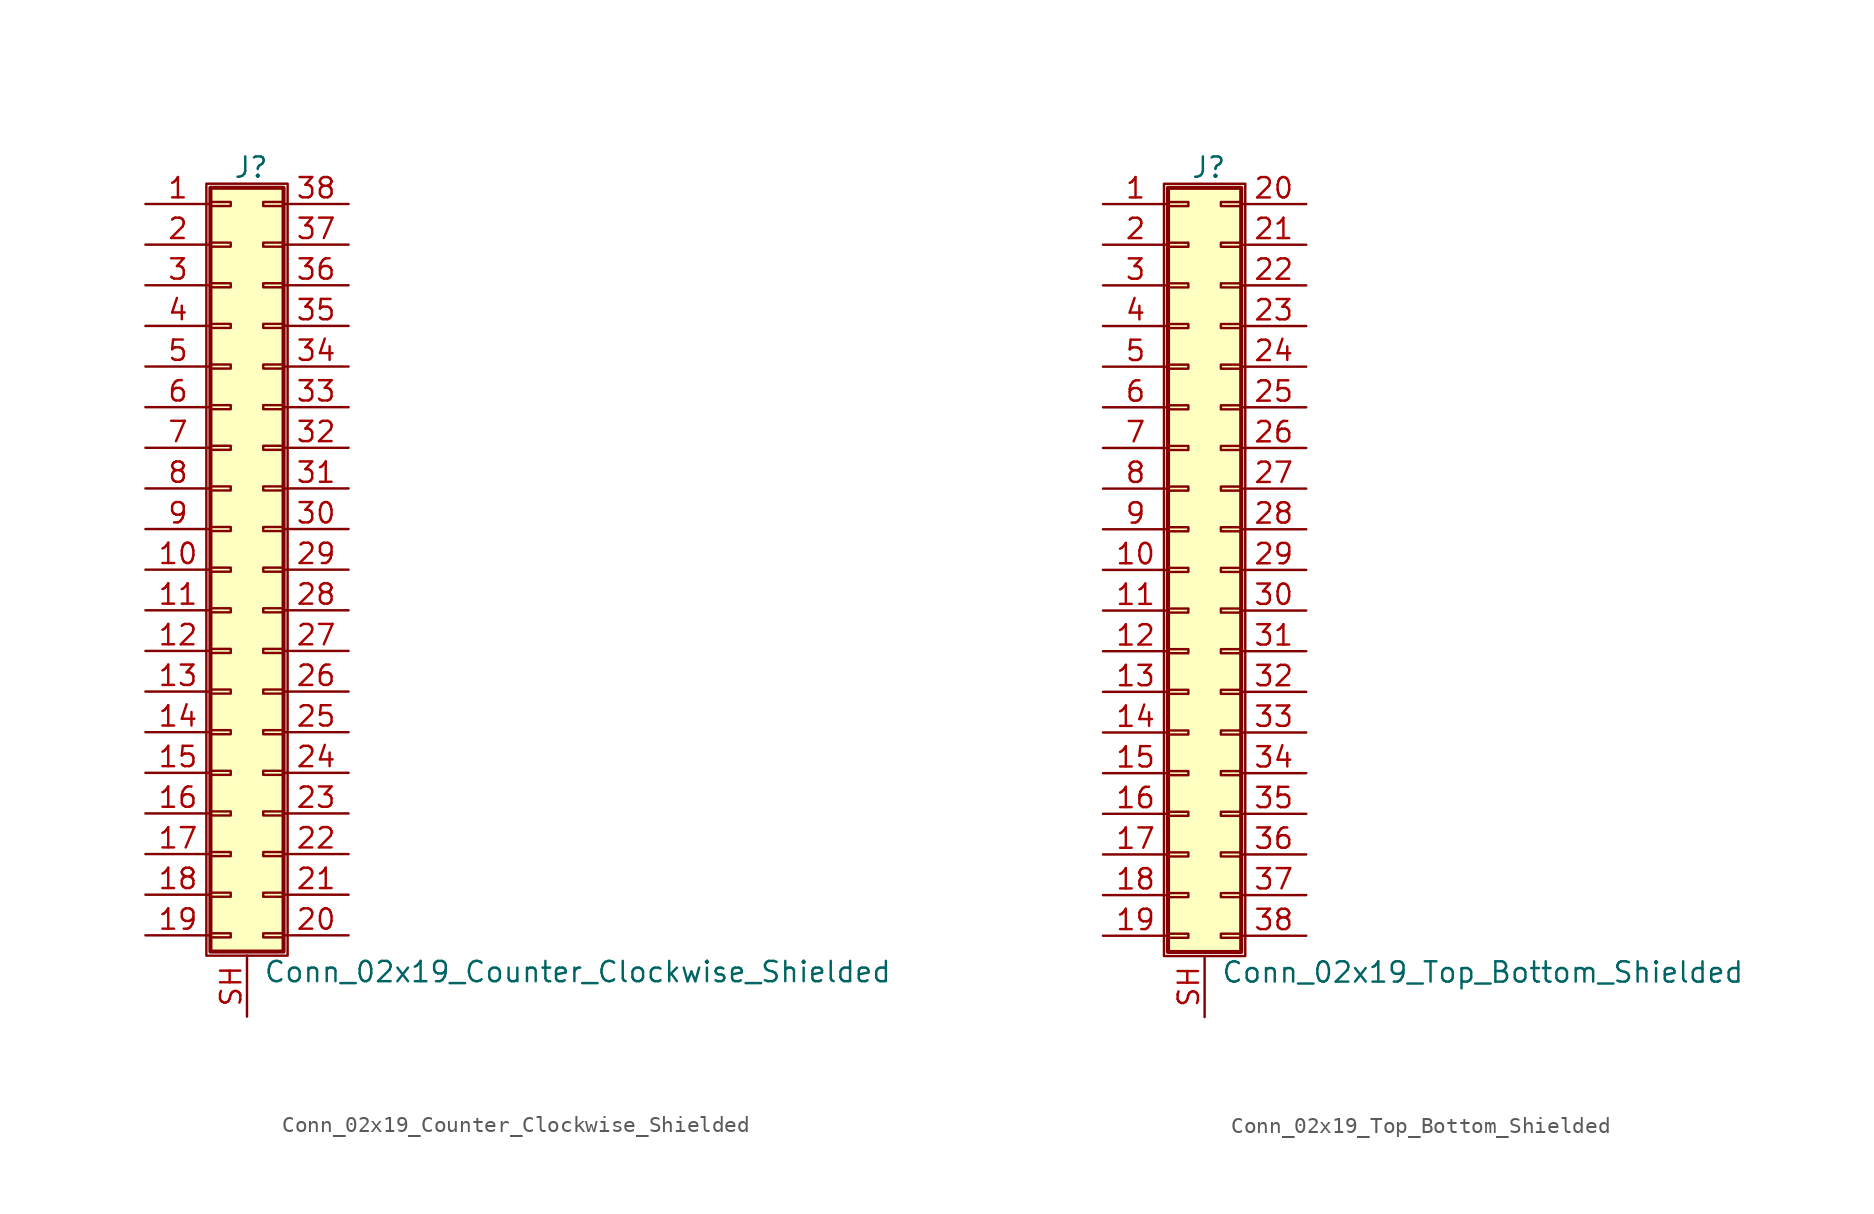
<source format=kicad_sym>
(kicad_symbol_lib
  (version 20201005)
  (generator kicad_symbol_editor)
  (symbol "Conn_02x19_Counter_Clockwise_Shielded"
    (pin_names
      (offset 1.016) hide)
    (property "Reference" "J"
      (at 1.524 25.146 0)
      (effects (font (size 1.27 1.27))))
    (property "Value" "Conn_02x19_Counter_Clockwise_Shielded"
      (at 2.286 -25.146 0)
      (effects (font (size 1.27 1.27)) (justify left)))
    (symbol "Conn_02x19_Counter_Clockwise_Shielded_1_1"
      (rectangle (start -1.27 24.13) (end 3.81 -24.13) (stroke (width 0.152)) (fill (type none)))
      (rectangle (start -1.016 -22.733) (end 0.254 -22.987) (stroke (width 0.152)) (fill (type none)))
      (rectangle (start -1.016 -20.193) (end 0.254 -20.447) (stroke (width 0.152)) (fill (type none)))
      (rectangle (start -1.016 -17.653) (end 0.254 -17.907) (stroke (width 0.152)) (fill (type none)))
      (rectangle (start -1.016 -15.113) (end 0.254 -15.367) (stroke (width 0.152)) (fill (type none)))
      (rectangle (start -1.016 -12.573) (end 0.254 -12.827) (stroke (width 0.152)) (fill (type none)))
      (rectangle (start -1.016 -10.033) (end 0.254 -10.287) (stroke (width 0.152)) (fill (type none)))
      (rectangle (start -1.016 -7.493) (end 0.254 -7.747) (stroke (width 0.152)) (fill (type none)))
      (rectangle (start -1.016 -4.953) (end 0.254 -5.207) (stroke (width 0.152)) (fill (type none)))
      (rectangle (start -1.016 -2.413) (end 0.254 -2.667) (stroke (width 0.152)) (fill (type none)))
      (rectangle (start -1.016 0.127) (end 0.254 -0.127) (stroke (width 0.152)) (fill (type none)))
      (rectangle (start -1.016 2.667) (end 0.254 2.413) (stroke (width 0.152)) (fill (type none)))
      (rectangle (start -1.016 5.207) (end 0.254 4.953) (stroke (width 0.152)) (fill (type none)))
      (rectangle (start -1.016 7.747) (end 0.254 7.493) (stroke (width 0.152)) (fill (type none)))
      (rectangle (start -1.016 10.287) (end 0.254 10.033) (stroke (width 0.152)) (fill (type none)))
      (rectangle (start -1.016 12.827) (end 0.254 12.573) (stroke (width 0.152)) (fill (type none)))
      (rectangle (start -1.016 15.367) (end 0.254 15.113) (stroke (width 0.152)) (fill (type none)))
      (rectangle (start -1.016 17.907) (end 0.254 17.653) (stroke (width 0.152)) (fill (type none)))
      (rectangle (start -1.016 20.447) (end 0.254 20.193) (stroke (width 0.152)) (fill (type none)))
      (rectangle (start -1.016 22.987) (end 0.254 22.733) (stroke (width 0.152)) (fill (type none)))
      (rectangle (start 3.556 -22.733) (end 2.286 -22.987) (stroke (width 0.152)) (fill (type none)))
      (rectangle (start 3.556 -20.193) (end 2.286 -20.447) (stroke (width 0.152)) (fill (type none)))
      (rectangle (start 3.556 -17.653) (end 2.286 -17.907) (stroke (width 0.152)) (fill (type none)))
      (rectangle (start 3.556 -15.113) (end 2.286 -15.367) (stroke (width 0.152)) (fill (type none)))
      (rectangle (start 3.556 -12.573) (end 2.286 -12.827) (stroke (width 0.152)) (fill (type none)))
      (rectangle (start 3.556 -10.033) (end 2.286 -10.287) (stroke (width 0.152)) (fill (type none)))
      (rectangle (start 3.556 -7.493) (end 2.286 -7.747) (stroke (width 0.152)) (fill (type none)))
      (rectangle (start 3.556 -4.953) (end 2.286 -5.207) (stroke (width 0.152)) (fill (type none)))
      (rectangle (start 3.556 -2.413) (end 2.286 -2.667) (stroke (width 0.152)) (fill (type none)))
      (rectangle (start 3.556 0.127) (end 2.286 -0.127) (stroke (width 0.152)) (fill (type none)))
      (rectangle (start 3.556 2.667) (end 2.286 2.413) (stroke (width 0.152)) (fill (type none)))
      (rectangle (start 3.556 5.207) (end 2.286 4.953) (stroke (width 0.152)) (fill (type none)))
      (rectangle (start 3.556 7.747) (end 2.286 7.493) (stroke (width 0.152)) (fill (type none)))
      (rectangle (start 3.556 10.287) (end 2.286 10.033) (stroke (width 0.152)) (fill (type none)))
      (rectangle (start 3.556 12.827) (end 2.286 12.573) (stroke (width 0.152)) (fill (type none)))
      (rectangle (start 3.556 15.367) (end 2.286 15.113) (stroke (width 0.152)) (fill (type none)))
      (rectangle (start 3.556 17.907) (end 2.286 17.653) (stroke (width 0.152)) (fill (type none)))
      (rectangle (start 3.556 20.447) (end 2.286 20.193) (stroke (width 0.152)) (fill (type none)))
      (rectangle (start 3.556 22.987) (end 2.286 22.733) (stroke (width 0.152)) (fill (type none)))
      (rectangle (start -1.016 23.876) (end 3.556 -23.876) (stroke (width 0.254)) (fill (type background)))
      (pin passive line (at -5.08 22.86 0) (length 4.064) (name "Pin_1" (effects (font (size 1.27 1.27)))) (number "1" (effects (font (size 1.27 1.27)))))
      (pin passive line (at -5.08 0 0) (length 4.064) (name "Pin_10" (effects (font (size 1.27 1.27)))) (number "10" (effects (font (size 1.27 1.27)))))
      (pin passive line (at -5.08 -2.54 0) (length 4.064) (name "Pin_11" (effects (font (size 1.27 1.27)))) (number "11" (effects (font (size 1.27 1.27)))))
      (pin passive line (at -5.08 -5.08 0) (length 4.064) (name "Pin_12" (effects (font (size 1.27 1.27)))) (number "12" (effects (font (size 1.27 1.27)))))
      (pin passive line (at -5.08 -7.62 0) (length 4.064) (name "Pin_13" (effects (font (size 1.27 1.27)))) (number "13" (effects (font (size 1.27 1.27)))))
      (pin passive line (at -5.08 -10.16 0) (length 4.064) (name "Pin_14" (effects (font (size 1.27 1.27)))) (number "14" (effects (font (size 1.27 1.27)))))
      (pin passive line (at -5.08 -12.7 0) (length 4.064) (name "Pin_15" (effects (font (size 1.27 1.27)))) (number "15" (effects (font (size 1.27 1.27)))))
      (pin passive line (at -5.08 -15.24 0) (length 4.064) (name "Pin_16" (effects (font (size 1.27 1.27)))) (number "16" (effects (font (size 1.27 1.27)))))
      (pin passive line (at -5.08 -17.78 0) (length 4.064) (name "Pin_17" (effects (font (size 1.27 1.27)))) (number "17" (effects (font (size 1.27 1.27)))))
      (pin passive line (at -5.08 -20.32 0) (length 4.064) (name "Pin_18" (effects (font (size 1.27 1.27)))) (number "18" (effects (font (size 1.27 1.27)))))
      (pin passive line (at -5.08 -22.86 0) (length 4.064) (name "Pin_19" (effects (font (size 1.27 1.27)))) (number "19" (effects (font (size 1.27 1.27)))))
      (pin passive line (at -5.08 20.32 0) (length 4.064) (name "Pin_2" (effects (font (size 1.27 1.27)))) (number "2" (effects (font (size 1.27 1.27)))))
      (pin passive line (at 7.62 -22.86 180) (length 4.064) (name "Pin_20" (effects (font (size 1.27 1.27)))) (number "20" (effects (font (size 1.27 1.27)))))
      (pin passive line (at 7.62 -20.32 180) (length 4.064) (name "Pin_21" (effects (font (size 1.27 1.27)))) (number "21" (effects (font (size 1.27 1.27)))))
      (pin passive line (at 7.62 -17.78 180) (length 4.064) (name "Pin_22" (effects (font (size 1.27 1.27)))) (number "22" (effects (font (size 1.27 1.27)))))
      (pin passive line (at 7.62 -15.24 180) (length 4.064) (name "Pin_23" (effects (font (size 1.27 1.27)))) (number "23" (effects (font (size 1.27 1.27)))))
      (pin passive line (at 7.62 -12.7 180) (length 4.064) (name "Pin_24" (effects (font (size 1.27 1.27)))) (number "24" (effects (font (size 1.27 1.27)))))
      (pin passive line (at 7.62 -10.16 180) (length 4.064) (name "Pin_25" (effects (font (size 1.27 1.27)))) (number "25" (effects (font (size 1.27 1.27)))))
      (pin passive line (at 7.62 -7.62 180) (length 4.064) (name "Pin_26" (effects (font (size 1.27 1.27)))) (number "26" (effects (font (size 1.27 1.27)))))
      (pin passive line (at 7.62 -5.08 180) (length 4.064) (name "Pin_27" (effects (font (size 1.27 1.27)))) (number "27" (effects (font (size 1.27 1.27)))))
      (pin passive line (at 7.62 -2.54 180) (length 4.064) (name "Pin_28" (effects (font (size 1.27 1.27)))) (number "28" (effects (font (size 1.27 1.27)))))
      (pin passive line (at 7.62 0 180) (length 4.064) (name "Pin_29" (effects (font (size 1.27 1.27)))) (number "29" (effects (font (size 1.27 1.27)))))
      (pin passive line (at -5.08 17.78 0) (length 4.064) (name "Pin_3" (effects (font (size 1.27 1.27)))) (number "3" (effects (font (size 1.27 1.27)))))
      (pin passive line (at 7.62 2.54 180) (length 4.064) (name "Pin_30" (effects (font (size 1.27 1.27)))) (number "30" (effects (font (size 1.27 1.27)))))
      (pin passive line (at 7.62 5.08 180) (length 4.064) (name "Pin_31" (effects (font (size 1.27 1.27)))) (number "31" (effects (font (size 1.27 1.27)))))
      (pin passive line (at 7.62 7.62 180) (length 4.064) (name "Pin_32" (effects (font (size 1.27 1.27)))) (number "32" (effects (font (size 1.27 1.27)))))
      (pin passive line (at 7.62 10.16 180) (length 4.064) (name "Pin_33" (effects (font (size 1.27 1.27)))) (number "33" (effects (font (size 1.27 1.27)))))
      (pin passive line (at 7.62 12.7 180) (length 4.064) (name "Pin_34" (effects (font (size 1.27 1.27)))) (number "34" (effects (font (size 1.27 1.27)))))
      (pin passive line (at 7.62 15.24 180) (length 4.064) (name "Pin_35" (effects (font (size 1.27 1.27)))) (number "35" (effects (font (size 1.27 1.27)))))
      (pin passive line (at 7.62 17.78 180) (length 4.064) (name "Pin_36" (effects (font (size 1.27 1.27)))) (number "36" (effects (font (size 1.27 1.27)))))
      (pin passive line (at 7.62 20.32 180) (length 4.064) (name "Pin_37" (effects (font (size 1.27 1.27)))) (number "37" (effects (font (size 1.27 1.27)))))
      (pin passive line (at 7.62 22.86 180) (length 4.064) (name "Pin_38" (effects (font (size 1.27 1.27)))) (number "38" (effects (font (size 1.27 1.27)))))
      (pin passive line (at -5.08 15.24 0) (length 4.064) (name "Pin_4" (effects (font (size 1.27 1.27)))) (number "4" (effects (font (size 1.27 1.27)))))
      (pin passive line (at -5.08 12.7 0) (length 4.064) (name "Pin_5" (effects (font (size 1.27 1.27)))) (number "5" (effects (font (size 1.27 1.27)))))
      (pin passive line (at -5.08 10.16 0) (length 4.064) (name "Pin_6" (effects (font (size 1.27 1.27)))) (number "6" (effects (font (size 1.27 1.27)))))
      (pin passive line (at -5.08 7.62 0) (length 4.064) (name "Pin_7" (effects (font (size 1.27 1.27)))) (number "7" (effects (font (size 1.27 1.27)))))
      (pin passive line (at -5.08 5.08 0) (length 4.064) (name "Pin_8" (effects (font (size 1.27 1.27)))) (number "8" (effects (font (size 1.27 1.27)))))
      (pin passive line (at -5.08 2.54 0) (length 4.064) (name "Pin_9" (effects (font (size 1.27 1.27)))) (number "9" (effects (font (size 1.27 1.27)))))
      (pin passive line (at 1.27 -27.94 90) (length 3.81) (name "Shield" (effects (font (size 1.27 1.27)))) (number "SH" (effects (font (size 1.27 1.27)))))))
  (symbol "Conn_02x19_Top_Bottom_Shielded"
    (pin_names
      (offset 1.016) hide)
    (property "Reference" "J"
      (at 1.524 25.146 0)
      (effects (font (size 1.27 1.27))))
    (property "Value" "Conn_02x19_Top_Bottom_Shielded"
      (at 2.286 -25.146 0)
      (effects (font (size 1.27 1.27)) (justify left)))
    (symbol "Conn_02x19_Top_Bottom_Shielded_1_1"
      (rectangle (start -1.27 24.13) (end 3.81 -24.13) (stroke (width 0.152)) (fill (type none)))
      (rectangle (start -1.016 -22.733) (end 0.254 -22.987) (stroke (width 0.152)) (fill (type none)))
      (rectangle (start -1.016 -20.193) (end 0.254 -20.447) (stroke (width 0.152)) (fill (type none)))
      (rectangle (start -1.016 -17.653) (end 0.254 -17.907) (stroke (width 0.152)) (fill (type none)))
      (rectangle (start -1.016 -15.113) (end 0.254 -15.367) (stroke (width 0.152)) (fill (type none)))
      (rectangle (start -1.016 -12.573) (end 0.254 -12.827) (stroke (width 0.152)) (fill (type none)))
      (rectangle (start -1.016 -10.033) (end 0.254 -10.287) (stroke (width 0.152)) (fill (type none)))
      (rectangle (start -1.016 -7.493) (end 0.254 -7.747) (stroke (width 0.152)) (fill (type none)))
      (rectangle (start -1.016 -4.953) (end 0.254 -5.207) (stroke (width 0.152)) (fill (type none)))
      (rectangle (start -1.016 -2.413) (end 0.254 -2.667) (stroke (width 0.152)) (fill (type none)))
      (rectangle (start -1.016 0.127) (end 0.254 -0.127) (stroke (width 0.152)) (fill (type none)))
      (rectangle (start -1.016 2.667) (end 0.254 2.413) (stroke (width 0.152)) (fill (type none)))
      (rectangle (start -1.016 5.207) (end 0.254 4.953) (stroke (width 0.152)) (fill (type none)))
      (rectangle (start -1.016 7.747) (end 0.254 7.493) (stroke (width 0.152)) (fill (type none)))
      (rectangle (start -1.016 10.287) (end 0.254 10.033) (stroke (width 0.152)) (fill (type none)))
      (rectangle (start -1.016 12.827) (end 0.254 12.573) (stroke (width 0.152)) (fill (type none)))
      (rectangle (start -1.016 15.367) (end 0.254 15.113) (stroke (width 0.152)) (fill (type none)))
      (rectangle (start -1.016 17.907) (end 0.254 17.653) (stroke (width 0.152)) (fill (type none)))
      (rectangle (start -1.016 20.447) (end 0.254 20.193) (stroke (width 0.152)) (fill (type none)))
      (rectangle (start -1.016 22.987) (end 0.254 22.733) (stroke (width 0.152)) (fill (type none)))
      (rectangle (start 3.556 -22.733) (end 2.286 -22.987) (stroke (width 0.152)) (fill (type none)))
      (rectangle (start 3.556 -20.193) (end 2.286 -20.447) (stroke (width 0.152)) (fill (type none)))
      (rectangle (start 3.556 -17.653) (end 2.286 -17.907) (stroke (width 0.152)) (fill (type none)))
      (rectangle (start 3.556 -15.113) (end 2.286 -15.367) (stroke (width 0.152)) (fill (type none)))
      (rectangle (start 3.556 -12.573) (end 2.286 -12.827) (stroke (width 0.152)) (fill (type none)))
      (rectangle (start 3.556 -10.033) (end 2.286 -10.287) (stroke (width 0.152)) (fill (type none)))
      (rectangle (start 3.556 -7.493) (end 2.286 -7.747) (stroke (width 0.152)) (fill (type none)))
      (rectangle (start 3.556 -4.953) (end 2.286 -5.207) (stroke (width 0.152)) (fill (type none)))
      (rectangle (start 3.556 -2.413) (end 2.286 -2.667) (stroke (width 0.152)) (fill (type none)))
      (rectangle (start 3.556 0.127) (end 2.286 -0.127) (stroke (width 0.152)) (fill (type none)))
      (rectangle (start 3.556 2.667) (end 2.286 2.413) (stroke (width 0.152)) (fill (type none)))
      (rectangle (start 3.556 5.207) (end 2.286 4.953) (stroke (width 0.152)) (fill (type none)))
      (rectangle (start 3.556 7.747) (end 2.286 7.493) (stroke (width 0.152)) (fill (type none)))
      (rectangle (start 3.556 10.287) (end 2.286 10.033) (stroke (width 0.152)) (fill (type none)))
      (rectangle (start 3.556 12.827) (end 2.286 12.573) (stroke (width 0.152)) (fill (type none)))
      (rectangle (start 3.556 15.367) (end 2.286 15.113) (stroke (width 0.152)) (fill (type none)))
      (rectangle (start 3.556 17.907) (end 2.286 17.653) (stroke (width 0.152)) (fill (type none)))
      (rectangle (start 3.556 20.447) (end 2.286 20.193) (stroke (width 0.152)) (fill (type none)))
      (rectangle (start 3.556 22.987) (end 2.286 22.733) (stroke (width 0.152)) (fill (type none)))
      (rectangle (start -1.016 23.876) (end 3.556 -23.876) (stroke (width 0.254)) (fill (type background)))
      (pin passive line (at -5.08 22.86 0) (length 4.064) (name "Pin_1" (effects (font (size 1.27 1.27)))) (number "1" (effects (font (size 1.27 1.27)))))
      (pin passive line (at -5.08 0 0) (length 4.064) (name "Pin_10" (effects (font (size 1.27 1.27)))) (number "10" (effects (font (size 1.27 1.27)))))
      (pin passive line (at -5.08 -2.54 0) (length 4.064) (name "Pin_11" (effects (font (size 1.27 1.27)))) (number "11" (effects (font (size 1.27 1.27)))))
      (pin passive line (at -5.08 -5.08 0) (length 4.064) (name "Pin_12" (effects (font (size 1.27 1.27)))) (number "12" (effects (font (size 1.27 1.27)))))
      (pin passive line (at -5.08 -7.62 0) (length 4.064) (name "Pin_13" (effects (font (size 1.27 1.27)))) (number "13" (effects (font (size 1.27 1.27)))))
      (pin passive line (at -5.08 -10.16 0) (length 4.064) (name "Pin_14" (effects (font (size 1.27 1.27)))) (number "14" (effects (font (size 1.27 1.27)))))
      (pin passive line (at -5.08 -12.7 0) (length 4.064) (name "Pin_15" (effects (font (size 1.27 1.27)))) (number "15" (effects (font (size 1.27 1.27)))))
      (pin passive line (at -5.08 -15.24 0) (length 4.064) (name "Pin_16" (effects (font (size 1.27 1.27)))) (number "16" (effects (font (size 1.27 1.27)))))
      (pin passive line (at -5.08 -17.78 0) (length 4.064) (name "Pin_17" (effects (font (size 1.27 1.27)))) (number "17" (effects (font (size 1.27 1.27)))))
      (pin passive line (at -5.08 -20.32 0) (length 4.064) (name "Pin_18" (effects (font (size 1.27 1.27)))) (number "18" (effects (font (size 1.27 1.27)))))
      (pin passive line (at -5.08 -22.86 0) (length 4.064) (name "Pin_19" (effects (font (size 1.27 1.27)))) (number "19" (effects (font (size 1.27 1.27)))))
      (pin passive line (at -5.08 20.32 0) (length 4.064) (name "Pin_2" (effects (font (size 1.27 1.27)))) (number "2" (effects (font (size 1.27 1.27)))))
      (pin passive line (at 7.62 22.86 180) (length 4.064) (name "Pin_20" (effects (font (size 1.27 1.27)))) (number "20" (effects (font (size 1.27 1.27)))))
      (pin passive line (at 7.62 20.32 180) (length 4.064) (name "Pin_21" (effects (font (size 1.27 1.27)))) (number "21" (effects (font (size 1.27 1.27)))))
      (pin passive line (at 7.62 17.78 180) (length 4.064) (name "Pin_22" (effects (font (size 1.27 1.27)))) (number "22" (effects (font (size 1.27 1.27)))))
      (pin passive line (at 7.62 15.24 180) (length 4.064) (name "Pin_23" (effects (font (size 1.27 1.27)))) (number "23" (effects (font (size 1.27 1.27)))))
      (pin passive line (at 7.62 12.7 180) (length 4.064) (name "Pin_24" (effects (font (size 1.27 1.27)))) (number "24" (effects (font (size 1.27 1.27)))))
      (pin passive line (at 7.62 10.16 180) (length 4.064) (name "Pin_25" (effects (font (size 1.27 1.27)))) (number "25" (effects (font (size 1.27 1.27)))))
      (pin passive line (at 7.62 7.62 180) (length 4.064) (name "Pin_26" (effects (font (size 1.27 1.27)))) (number "26" (effects (font (size 1.27 1.27)))))
      (pin passive line (at 7.62 5.08 180) (length 4.064) (name "Pin_27" (effects (font (size 1.27 1.27)))) (number "27" (effects (font (size 1.27 1.27)))))
      (pin passive line (at 7.62 2.54 180) (length 4.064) (name "Pin_28" (effects (font (size 1.27 1.27)))) (number "28" (effects (font (size 1.27 1.27)))))
      (pin passive line (at 7.62 0 180) (length 4.064) (name "Pin_29" (effects (font (size 1.27 1.27)))) (number "29" (effects (font (size 1.27 1.27)))))
      (pin passive line (at -5.08 17.78 0) (length 4.064) (name "Pin_3" (effects (font (size 1.27 1.27)))) (number "3" (effects (font (size 1.27 1.27)))))
      (pin passive line (at 7.62 -2.54 180) (length 4.064) (name "Pin_30" (effects (font (size 1.27 1.27)))) (number "30" (effects (font (size 1.27 1.27)))))
      (pin passive line (at 7.62 -5.08 180) (length 4.064) (name "Pin_31" (effects (font (size 1.27 1.27)))) (number "31" (effects (font (size 1.27 1.27)))))
      (pin passive line (at 7.62 -7.62 180) (length 4.064) (name "Pin_32" (effects (font (size 1.27 1.27)))) (number "32" (effects (font (size 1.27 1.27)))))
      (pin passive line (at 7.62 -10.16 180) (length 4.064) (name "Pin_33" (effects (font (size 1.27 1.27)))) (number "33" (effects (font (size 1.27 1.27)))))
      (pin passive line (at 7.62 -12.7 180) (length 4.064) (name "Pin_34" (effects (font (size 1.27 1.27)))) (number "34" (effects (font (size 1.27 1.27)))))
      (pin passive line (at 7.62 -15.24 180) (length 4.064) (name "Pin_35" (effects (font (size 1.27 1.27)))) (number "35" (effects (font (size 1.27 1.27)))))
      (pin passive line (at 7.62 -17.78 180) (length 4.064) (name "Pin_36" (effects (font (size 1.27 1.27)))) (number "36" (effects (font (size 1.27 1.27)))))
      (pin passive line (at 7.62 -20.32 180) (length 4.064) (name "Pin_37" (effects (font (size 1.27 1.27)))) (number "37" (effects (font (size 1.27 1.27)))))
      (pin passive line (at 7.62 -22.86 180) (length 4.064) (name "Pin_38" (effects (font (size 1.27 1.27)))) (number "38" (effects (font (size 1.27 1.27)))))
      (pin passive line (at -5.08 15.24 0) (length 4.064) (name "Pin_4" (effects (font (size 1.27 1.27)))) (number "4" (effects (font (size 1.27 1.27)))))
      (pin passive line (at -5.08 12.7 0) (length 4.064) (name "Pin_5" (effects (font (size 1.27 1.27)))) (number "5" (effects (font (size 1.27 1.27)))))
      (pin passive line (at -5.08 10.16 0) (length 4.064) (name "Pin_6" (effects (font (size 1.27 1.27)))) (number "6" (effects (font (size 1.27 1.27)))))
      (pin passive line (at -5.08 7.62 0) (length 4.064) (name "Pin_7" (effects (font (size 1.27 1.27)))) (number "7" (effects (font (size 1.27 1.27)))))
      (pin passive line (at -5.08 5.08 0) (length 4.064) (name "Pin_8" (effects (font (size 1.27 1.27)))) (number "8" (effects (font (size 1.27 1.27)))))
      (pin passive line (at -5.08 2.54 0) (length 4.064) (name "Pin_9" (effects (font (size 1.27 1.27)))) (number "9" (effects (font (size 1.27 1.27)))))
      (pin passive line (at 1.27 -27.94 90) (length 3.81) (name "Shield" (effects (font (size 1.27 1.27)))) (number "SH" (effects (font (size 1.27 1.27))))))))
</source>
